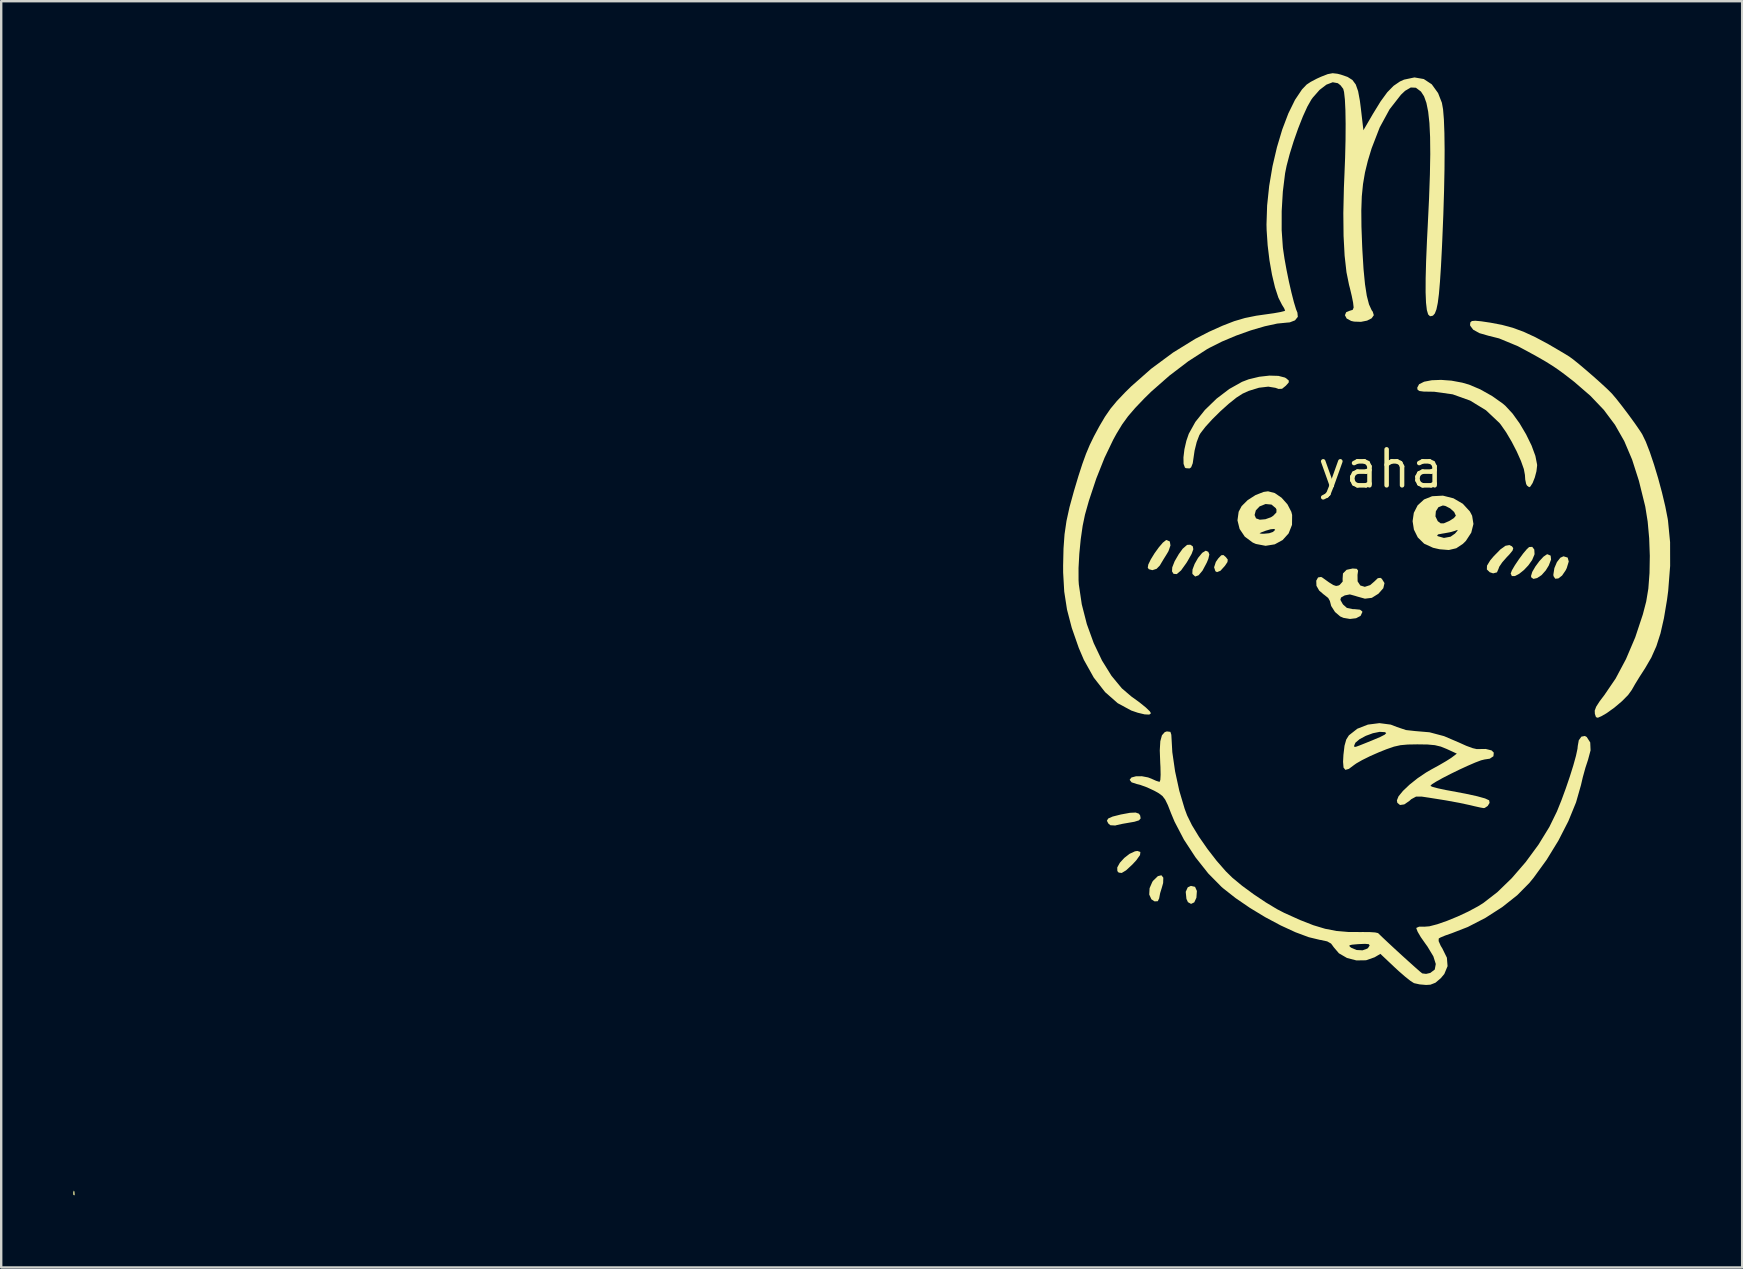
<source format=kicad_pcb>
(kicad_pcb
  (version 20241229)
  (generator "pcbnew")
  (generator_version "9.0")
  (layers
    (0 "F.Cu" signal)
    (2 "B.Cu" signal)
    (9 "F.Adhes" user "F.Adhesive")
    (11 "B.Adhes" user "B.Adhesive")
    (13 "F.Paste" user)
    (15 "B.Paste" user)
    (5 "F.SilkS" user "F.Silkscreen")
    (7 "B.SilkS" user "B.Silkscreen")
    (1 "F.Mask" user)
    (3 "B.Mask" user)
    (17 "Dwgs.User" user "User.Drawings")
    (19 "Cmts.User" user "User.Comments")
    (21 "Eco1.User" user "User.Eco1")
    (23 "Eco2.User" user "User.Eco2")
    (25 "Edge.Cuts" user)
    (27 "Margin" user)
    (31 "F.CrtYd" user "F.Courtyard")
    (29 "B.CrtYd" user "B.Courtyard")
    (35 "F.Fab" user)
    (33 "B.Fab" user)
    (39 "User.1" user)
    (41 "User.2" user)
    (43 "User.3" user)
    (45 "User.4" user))
  (footprint "yaha"
    (layer "F.Cu")
    (at 50.793 18.161)
    (property "Reference" "yaha" (at 3.678 -1.675 0) (layer "F.SilkS") (effects (font (size 1.5 1.5) (thickness 0.188))))
    (attr board_only exclude_from_pos_files exclude_from_bom)
    (fp_poly (pts (xy -50.742 28.432) (xy -50.732 28.564) (xy -50.749 28.594) (xy -50.787 28.569) (xy -50.793 28.483) (xy -50.773 28.393)) (stroke (width 0) (type solid)) (fill yes) (layer "F.SilkS"))
    (fp_poly (pts (xy -4.054 15.737) (xy -3.977 15.909) (xy -3.997 16.191) (xy -4.086 16.384) (xy -4.22 16.448) (xy -4.35 16.376) (xy -4.413 16.239) (xy -4.442 15.944) (xy -4.358 15.758) (xy -4.227 15.698)) (stroke (width 0) (type solid)) (fill yes) (layer "F.SilkS"))
    (fp_poly (pts (xy -2.777 1.993) (xy -2.691 2.101) (xy -2.703 2.205) (xy -2.808 2.362) (xy -2.996 2.57) (xy -3.139 2.625) (xy -3.206 2.588) (xy -3.26 2.424) (xy -3.188 2.201) (xy -3.088 2.057) (xy -2.962 1.924) (xy -2.872 1.913)) (stroke (width 0) (type solid)) (fill yes) (layer "F.SilkS"))
    (fp_poly (pts (xy 11.471 2.02) (xy 11.516 2.183) (xy 11.433 2.456) (xy 11.387 2.55) (xy 11.238 2.769) (xy 11.082 2.889) (xy 10.952 2.9) (xy 10.88 2.79) (xy 10.875 2.725) (xy 10.917 2.458) (xy 11.023 2.208) (xy 11.164 2.027) (xy 11.297 1.966)) (stroke (width 0) (type solid)) (fill yes) (layer "F.SilkS"))
    (fp_poly (pts (xy -6.331 14.285) (xy -6.346 14.413) (xy -6.501 14.63) (xy -6.669 14.811) (xy -6.927 15.05) (xy -7.109 15.159) (xy -7.235 15.144) (xy -7.291 15.081) (xy -7.295 14.93) (xy -7.187 14.735) (xy -7.003 14.534) (xy -6.782 14.362) (xy -6.558 14.258) (xy -6.455 14.242)) (stroke (width 0) (type solid)) (fill yes) (layer "F.SilkS"))
    (fp_poly (pts (xy -5.376 15.355) (xy -5.383 15.578) (xy -5.435 15.762) (xy -5.508 16.001) (xy -5.545 16.193) (xy -5.546 16.211) (xy -5.606 16.336) (xy -5.742 16.343) (xy -5.872 16.257) (xy -5.963 16.058) (xy -5.948 15.794) (xy -5.833 15.529) (xy -5.798 15.481) (xy -5.603 15.292) (xy -5.456 15.255)) (stroke (width 0) (type solid)) (fill yes) (layer "F.SilkS"))
    (fp_poly (pts (xy -4.146 1.554) (xy -4.126 1.673) (xy -4.196 1.866) (xy -4.363 2.161) (xy -4.414 2.244) (xy -4.638 2.556) (xy -4.816 2.708) (xy -4.949 2.697) (xy -5.013 2.596) (xy -5.004 2.427) (xy -4.904 2.173) (xy -4.731 1.875) (xy -4.569 1.651) (xy -4.386 1.491) (xy -4.251 1.483)) (stroke (width 0) (type solid)) (fill yes) (layer "F.SilkS"))
    (fp_poly (pts (xy -3.502 1.779) (xy -3.458 1.889) (xy -3.501 2.076) (xy -3.565 2.229) (xy -3.741 2.56) (xy -3.906 2.757) (xy -4.048 2.809) (xy -4.154 2.71) (xy -4.167 2.681) (xy -4.159 2.517) (xy -4.07 2.282) (xy -3.928 2.033) (xy -3.762 1.83) (xy -3.749 1.818) (xy -3.607 1.732)) (stroke (width 0) (type solid)) (fill yes) (layer "F.SilkS"))
    (fp_poly (pts (xy 10.762 1.939) (xy 10.779 2.101) (xy 10.684 2.349) (xy 10.558 2.554) (xy 10.383 2.75) (xy 10.199 2.872) (xy 10.043 2.908) (xy 9.953 2.843) (xy 9.944 2.785) (xy 9.995 2.617) (xy 10.123 2.395) (xy 10.292 2.166) (xy 10.465 1.98) (xy 10.605 1.885) (xy 10.629 1.881)) (stroke (width 0) (type solid)) (fill yes) (layer "F.SilkS"))
    (fp_poly (pts (xy -6.394 12.689) (xy -6.341 12.764) (xy -6.32 12.886) (xy -6.39 12.967) (xy -6.58 13.026) (xy -6.8 13.064) (xy -7.08 13.113) (xy -7.314 13.164) (xy -7.376 13.182) (xy -7.579 13.171) (xy -7.667 13.099) (xy -7.726 12.984) (xy -7.673 12.892) (xy -7.489 12.81) (xy -7.156 12.726) (xy -7.134 12.721) (xy -6.766 12.653) (xy -6.529 12.642)) (stroke (width 0) (type solid)) (fill yes) (layer "F.SilkS"))
    (fp_poly (pts (xy -5.105 1.349) (xy -5.078 1.513) (xy -5.16 1.751) (xy -5.225 1.862) (xy -5.373 2.1) (xy -5.495 2.304) (xy -5.519 2.347) (xy -5.656 2.488) (xy -5.831 2.544) (xy -5.979 2.504) (xy -6.024 2.441) (xy -6.002 2.309) (xy -5.898 2.095) (xy -5.743 1.843) (xy -5.565 1.596) (xy -5.396 1.398) (xy -5.266 1.295) (xy -5.239 1.288)) (stroke (width 0) (type solid)) (fill yes) (layer "F.SilkS"))
    (fp_poly (pts (xy 9.149 1.55) (xy 9.204 1.626) (xy 9.176 1.725) (xy 9.048 1.883) (xy 8.932 2.004) (xy 8.745 2.217) (xy 8.62 2.401) (xy 8.589 2.489) (xy 8.525 2.635) (xy 8.366 2.677) (xy 8.224 2.63) (xy 8.104 2.514) (xy 8.11 2.355) (xy 8.246 2.133) (xy 8.391 1.962) (xy 8.67 1.678) (xy 8.881 1.527) (xy 9.044 1.498)) (stroke (width 0) (type solid)) (fill yes) (layer "F.SilkS"))
    (fp_poly (pts (xy 10.08 1.684) (xy 10.091 1.87) (xy 10.085 1.898) (xy 9.991 2.12) (xy 9.834 2.342) (xy 9.644 2.542) (xy 9.447 2.699) (xy 9.272 2.789) (xy 9.146 2.791) (xy 9.097 2.683) (xy 9.097 2.682) (xy 9.146 2.554) (xy 9.27 2.342) (xy 9.438 2.092) (xy 9.617 1.849) (xy 9.776 1.661) (xy 9.865 1.581) (xy 9.994 1.572)) (stroke (width 0) (type solid)) (fill yes) (layer "F.SilkS"))
    (fp_poly (pts (xy -0.582 -5.551) (xy -0.31 -5.481) (xy -0.254 -5.447) (xy -0.147 -5.355) (xy -0.152 -5.274) (xy -0.273 -5.139) (xy -0.274 -5.138) (xy -0.427 -5.014) (xy -0.574 -5.007) (xy -0.703 -5.053) (xy -1.002 -5.102) (xy -1.39 -5.057) (xy -1.819 -4.925) (xy -2.071 -4.811) (xy -2.33 -4.645) (xy -2.651 -4.388) (xy -2.998 -4.076) (xy -3.334 -3.744) (xy -3.622 -3.428) (xy -3.826 -3.164) (xy -3.876 -3.08) (xy -3.985 -2.794) (xy -4.073 -2.438) (xy -4.104 -2.226) (xy -4.15 -1.91) (xy -4.217 -1.74) (xy -4.284 -1.694) (xy -4.435 -1.705) (xy -4.475 -1.728) (xy -4.532 -1.885) (xy -4.537 -2.154) (xy -4.497 -2.491) (xy -4.415 -2.847) (xy -4.315 -3.138) (xy -4.041 -3.632) (xy -3.642 -4.132) (xy -3.158 -4.601) (xy -2.63 -5.003) (xy -2.097 -5.302) (xy -1.82 -5.408) (xy -1.381 -5.514) (xy -0.954 -5.562)) (stroke (width 0) (type solid)) (fill yes) (layer "F.SilkS"))
    (fp_poly (pts (xy 6.629 -5.352) (xy 7.075 -5.269) (xy 7.361 -5.187) (xy 7.829 -4.989) (xy 8.323 -4.711) (xy 8.76 -4.402) (xy 8.873 -4.306) (xy 9.171 -3.985) (xy 9.467 -3.574) (xy 9.739 -3.114) (xy 9.967 -2.648) (xy 10.126 -2.216) (xy 10.196 -1.86) (xy 10.198 -1.814) (xy 10.17 -1.576) (xy 10.101 -1.316) (xy 10.01 -1.086) (xy 9.915 -0.939) (xy 9.867 -0.913) (xy 9.776 -0.981) (xy 9.741 -1.047) (xy 9.703 -1.23) (xy 9.69 -1.426) (xy 9.645 -1.668) (xy 9.524 -2.008) (xy 9.347 -2.404) (xy 9.134 -2.816) (xy 8.906 -3.202) (xy 8.683 -3.521) (xy 8.629 -3.588) (xy 8.066 -4.119) (xy 7.408 -4.521) (xy 6.68 -4.782) (xy 5.909 -4.89) (xy 5.78 -4.892) (xy 5.472 -4.897) (xy 5.298 -4.92) (xy 5.22 -4.969) (xy 5.202 -5.055) (xy 5.28 -5.203) (xy 5.491 -5.308) (xy 5.807 -5.369) (xy 6.196 -5.384)) (stroke (width 0) (type solid)) (fill yes) (layer "F.SilkS"))
    (fp_poly (pts (xy -0.733 -0.669) (xy -0.45 -0.475) (xy -0.205 -0.201) (xy -0.043 0.111) (xy -0.009 0.243) (xy -0.014 0.657) (xy -0.155 1.012) (xy -0.405 1.289) (xy -0.734 1.468) (xy -1.115 1.529) (xy -1.518 1.452) (xy -1.65 1.394) (xy -1.981 1.148) (xy -2.072 1.013) (xy -1.366 1.013) (xy -1.279 1.025) (xy -1.19 1.027) (xy -0.964 1.005) (xy -0.811 0.953) (xy -0.715 0.866) (xy -0.755 0.826) (xy -0.905 0.84) (xy -1.113 0.901) (xy -1.314 0.977) (xy -1.366 1.013) (xy -2.072 1.013) (xy -2.197 0.827) (xy -2.286 0.469) (xy -2.256 0.246) (xy -1.573 0.246) (xy -1.514 0.385) (xy -1.356 0.442) (xy -1.124 0.422) (xy -0.89 0.339) (xy -0.797 0.278) (xy -0.664 0.139) (xy -0.661 0.016) (xy -0.691 -0.04) (xy -0.869 -0.189) (xy -1.116 -0.212) (xy -1.364 -0.113) (xy -1.522 0.054) (xy -1.573 0.246) (xy -2.256 0.246) (xy -2.237 0.11) (xy -2.112 -0.126) (xy -1.86 -0.376) (xy -1.533 -0.585) (xy -1.197 -0.716) (xy -1.013 -0.742)) (stroke (width 0) (type solid)) (fill yes) (layer "F.SilkS"))
    (fp_poly (pts (xy 6.713 -0.45) (xy 7.102 -0.223) (xy 7.396 0.097) (xy 7.49 0.276) (xy 7.545 0.619) (xy 7.454 0.981) (xy 7.23 1.325) (xy 7.103 1.45) (xy 6.829 1.631) (xy 6.52 1.704) (xy 6.134 1.673) (xy 5.863 1.611) (xy 5.492 1.441) (xy 5.226 1.179) (xy 5.188 1.103) (xy 6.032 1.103) (xy 6.06 1.128) (xy 6.316 1.201) (xy 6.591 1.15) (xy 6.777 1.02) (xy 6.884 0.893) (xy 6.877 0.866) (xy 6.769 0.907) (xy 6.572 0.963) (xy 6.311 1.011) (xy 6.272 1.016) (xy 6.071 1.054) (xy 6.032 1.103) (xy 5.188 1.103) (xy 5.065 0.855) (xy 5.01 0.503) (xy 5.039 0.303) (xy 5.962 0.303) (xy 6.056 0.499) (xy 6.066 0.509) (xy 6.18 0.593) (xy 6.31 0.593) (xy 6.515 0.505) (xy 6.561 0.482) (xy 6.732 0.371) (xy 6.811 0.276) (xy 6.811 0.27) (xy 6.741 0.12) (xy 6.573 -0.031) (xy 6.372 -0.133) (xy 6.27 -0.151) (xy 6.088 -0.081) (xy 5.979 0.09) (xy 5.962 0.303) (xy 5.039 0.303) (xy 5.061 0.155) (xy 5.22 -0.157) (xy 5.486 -0.401) (xy 5.824 -0.537) (xy 6.273 -0.561)) (stroke (width 0) (type solid)) (fill yes) (layer "F.SilkS"))
    (fp_poly (pts (xy 2.686 2.488) (xy 2.739 2.564) (xy 2.715 2.74) (xy 2.719 3.011) (xy 2.832 3.182) (xy 3.019 3.238) (xy 3.243 3.166) (xy 3.414 3.018) (xy 3.561 2.878) (xy 3.669 2.864) (xy 3.726 2.901) (xy 3.839 3.082) (xy 3.79 3.295) (xy 3.587 3.525) (xy 3.311 3.697) (xy 3.024 3.732) (xy 2.678 3.635) (xy 2.656 3.626) (xy 2.397 3.554) (xy 2.185 3.595) (xy 2.18 3.597) (xy 2.027 3.684) (xy 2.001 3.781) (xy 2.093 3.945) (xy 2.117 3.979) (xy 2.272 4.116) (xy 2.512 4.166) (xy 2.583 4.167) (xy 2.818 4.19) (xy 2.913 4.263) (xy 2.916 4.291) (xy 2.843 4.448) (xy 2.656 4.546) (xy 2.402 4.577) (xy 2.13 4.531) (xy 1.994 4.472) (xy 1.778 4.287) (xy 1.618 4.036) (xy 1.564 3.828) (xy 1.494 3.703) (xy 1.328 3.57) (xy 1.31 3.559) (xy 1.118 3.394) (xy 1.005 3.196) (xy 1.004 3.193) (xy 0.996 2.982) (xy 1.071 2.847) (xy 1.199 2.826) (xy 1.256 2.857) (xy 1.529 3.053) (xy 1.706 3.163) (xy 1.822 3.202) (xy 1.916 3.185) (xy 1.972 3.158) (xy 2.097 3.019) (xy 2.094 2.898) (xy 2.109 2.68) (xy 2.26 2.529) (xy 2.514 2.474)) (stroke (width 0) (type solid)) (fill yes) (layer "F.SilkS"))
    (fp_poly (pts (xy 7.866 -7.825) (xy 8.249 -7.768) (xy 8.25 -7.768) (xy 8.729 -7.677) (xy 9.179 -7.556) (xy 9.63 -7.391) (xy 10.114 -7.168) (xy 10.662 -6.875) (xy 11.305 -6.498) (xy 11.538 -6.355) (xy 11.696 -6.24) (xy 11.944 -6.04) (xy 12.246 -5.785) (xy 12.569 -5.505) (xy 12.876 -5.23) (xy 13.135 -4.99) (xy 13.31 -4.816) (xy 13.315 -4.811) (xy 13.506 -4.585) (xy 13.754 -4.269) (xy 14.025 -3.91) (xy 14.281 -3.557) (xy 14.488 -3.256) (xy 14.578 -3.114) (xy 14.724 -2.813) (xy 14.891 -2.383) (xy 15.067 -1.86) (xy 15.241 -1.283) (xy 15.401 -0.688) (xy 15.538 -0.113) (xy 15.639 0.405) (xy 15.651 0.484) (xy 15.738 1.378) (xy 15.74 2.369) (xy 15.659 3.406) (xy 15.61 3.778) (xy 15.482 4.543) (xy 15.339 5.174) (xy 15.167 5.709) (xy 14.956 6.184) (xy 14.693 6.636) (xy 14.664 6.68) (xy 14.463 6.992) (xy 14.282 7.287) (xy 14.156 7.508) (xy 14.143 7.532) (xy 13.987 7.747) (xy 13.729 8.007) (xy 13.414 8.273) (xy 13.09 8.505) (xy 12.895 8.618) (xy 12.728 8.693) (xy 12.65 8.667) (xy 12.604 8.53) (xy 12.598 8.394) (xy 12.659 8.231) (xy 12.804 8.006) (xy 13 7.747) (xy 13.467 7.062) (xy 13.901 6.247) (xy 14.286 5.343) (xy 14.603 4.387) (xy 14.743 3.849) (xy 14.832 3.314) (xy 14.881 2.664) (xy 14.893 1.949) (xy 14.867 1.217) (xy 14.804 0.52) (xy 14.706 -0.094) (xy 14.693 -0.151) (xy 14.439 -1.178) (xy 14.156 -2.062) (xy 13.829 -2.832) (xy 13.441 -3.514) (xy 12.976 -4.135) (xy 12.416 -4.722) (xy 11.745 -5.302) (xy 11.341 -5.615) (xy 11.081 -5.806) (xy 10.831 -5.975) (xy 10.559 -6.145) (xy 10.23 -6.335) (xy 9.81 -6.566) (xy 9.393 -6.789) (xy 8.613 -7.112) (xy 8.166 -7.224) (xy 7.795 -7.331) (xy 7.535 -7.475) (xy 7.411 -7.639) (xy 7.404 -7.688) (xy 7.418 -7.783) (xy 7.48 -7.835) (xy 7.619 -7.848)) (stroke (width 0) (type solid)) (fill yes) (layer "F.SilkS"))
    (fp_poly (pts (xy 4.098 8.978) (xy 4.356 9.078) (xy 4.733 9.205) (xy 5.113 9.247) (xy 5.715 9.298) (xy 6.321 9.459) (xy 6.939 9.723) (xy 7.245 9.861) (xy 7.51 9.959) (xy 7.684 9.999) (xy 7.701 9.998) (xy 8.058 9.993) (xy 8.299 10.053) (xy 8.392 10.145) (xy 8.378 10.296) (xy 8.226 10.398) (xy 8.007 10.431) (xy 7.863 10.466) (xy 7.618 10.559) (xy 7.304 10.695) (xy 6.952 10.857) (xy 6.596 11.031) (xy 6.265 11.201) (xy 5.993 11.352) (xy 5.811 11.467) (xy 5.752 11.531) (xy 5.752 11.532) (xy 5.849 11.576) (xy 6.074 11.635) (xy 6.387 11.702) (xy 6.578 11.737) (xy 7.212 11.856) (xy 7.698 11.962) (xy 8.028 12.054) (xy 8.196 12.131) (xy 8.2 12.135) (xy 8.217 12.24) (xy 8.139 12.368) (xy 8.015 12.45) (xy 7.965 12.456) (xy 7.834 12.433) (xy 7.599 12.381) (xy 7.404 12.334) (xy 6.962 12.239) (xy 6.383 12.133) (xy 5.694 12.023) (xy 5.387 11.977) (xy 5.152 11.979) (xy 4.953 12.087) (xy 4.871 12.161) (xy 4.663 12.303) (xy 4.485 12.328) (xy 4.374 12.236) (xy 4.356 12.135) (xy 4.424 11.966) (xy 4.61 11.739) (xy 4.883 11.48) (xy 5.215 11.215) (xy 5.575 10.972) (xy 5.789 10.848) (xy 6.114 10.67) (xy 6.404 10.501) (xy 6.609 10.371) (xy 6.643 10.347) (xy 6.853 10.188) (xy 6.43 9.993) (xy 6.185 9.894) (xy 5.937 9.835) (xy 5.63 9.807) (xy 5.211 9.801) (xy 5.202 9.801) (xy 4.809 9.808) (xy 4.508 9.835) (xy 4.234 9.896) (xy 3.922 10.004) (xy 3.607 10.13) (xy 3.241 10.291) (xy 2.91 10.455) (xy 2.662 10.597) (xy 2.579 10.656) (xy 2.355 10.823) (xy 2.21 10.864) (xy 2.133 10.769) (xy 2.113 10.528) (xy 2.128 10.242) (xy 2.17 9.889) (xy 2.577 9.889) (xy 2.594 9.91) (xy 2.657 9.899) (xy 2.796 9.849) (xy 3.041 9.751) (xy 3.327 9.635) (xy 3.66 9.494) (xy 3.849 9.397) (xy 3.911 9.334) (xy 3.861 9.293) (xy 3.86 9.293) (xy 3.638 9.28) (xy 3.357 9.337) (xy 3.063 9.445) (xy 2.805 9.583) (xy 2.628 9.732) (xy 2.578 9.846) (xy 2.577 9.889) (xy 2.17 9.889) (xy 2.173 9.86) (xy 2.245 9.602) (xy 2.356 9.426) (xy 2.707 9.15) (xy 3.148 8.978) (xy 3.629 8.917)) (stroke (width 0) (type solid)) (fill yes) (layer "F.SilkS"))
    (fp_poly (pts (xy -5.08 9.281) (xy -5.042 9.402) (xy -5.001 10.127) (xy -4.885 10.928) (xy -4.709 11.737) (xy -4.487 12.485) (xy -4.384 12.761) (xy -4.182 13.171) (xy -3.889 13.653) (xy -3.534 14.163) (xy -3.151 14.657) (xy -2.77 15.092) (xy -2.501 15.356) (xy -2.095 15.692) (xy -1.613 16.046) (xy -1.11 16.383) (xy -0.638 16.667) (xy -0.343 16.82) (xy 0.317 17.118) (xy 0.873 17.336) (xy 1.367 17.485) (xy 1.84 17.576) (xy 2.331 17.618) (xy 2.882 17.621) (xy 2.898 17.62) (xy 3.207 17.621) (xy 3.447 17.637) (xy 3.571 17.664) (xy 3.575 17.668) (xy 3.739 17.827) (xy 3.977 18.051) (xy 4.262 18.316) (xy 4.566 18.595) (xy 4.861 18.862) (xy 5.119 19.093) (xy 5.311 19.262) (xy 5.41 19.342) (xy 5.413 19.344) (xy 5.572 19.364) (xy 5.746 19.325) (xy 5.933 19.183) (xy 5.976 18.952) (xy 5.875 18.633) (xy 5.63 18.226) (xy 5.54 18.101) (xy 5.351 17.832) (xy 5.22 17.608) (xy 5.166 17.468) (xy 5.169 17.446) (xy 5.282 17.397) (xy 5.48 17.398) (xy 5.488 17.399) (xy 5.708 17.382) (xy 6.039 17.296) (xy 6.444 17.155) (xy 6.885 16.974) (xy 7.327 16.768) (xy 7.732 16.551) (xy 7.954 16.413) (xy 8.542 15.958) (xy 9.141 15.377) (xy 9.722 14.705) (xy 10.254 13.981) (xy 10.708 13.242) (xy 11.022 12.6) (xy 11.209 12.136) (xy 11.392 11.638) (xy 11.562 11.139) (xy 11.707 10.675) (xy 11.817 10.278) (xy 11.88 9.984) (xy 11.891 9.871) (xy 11.934 9.629) (xy 12.043 9.479) (xy 12.188 9.452) (xy 12.264 9.494) (xy 12.411 9.722) (xy 12.425 10.05) (xy 12.318 10.449) (xy 12.21 10.777) (xy 12.1 11.176) (xy 12.025 11.498) (xy 11.82 12.217) (xy 11.5 13) (xy 11.085 13.81) (xy 10.596 14.608) (xy 10.052 15.358) (xy 9.873 15.577) (xy 9.371 16.085) (xy 8.746 16.58) (xy 8.044 17.031) (xy 7.31 17.41) (xy 6.642 17.67) (xy 6.375 17.763) (xy 6.173 17.847) (xy 6.099 17.89) (xy 6.095 17.999) (xy 6.183 18.197) (xy 6.247 18.301) (xy 6.439 18.69) (xy 6.467 19.042) (xy 6.332 19.367) (xy 6.185 19.543) (xy 5.961 19.733) (xy 5.752 19.814) (xy 5.571 19.825) (xy 5.304 19.802) (xy 5.082 19.753) (xy 5.062 19.746) (xy 4.922 19.657) (xy 4.699 19.48) (xy 4.429 19.245) (xy 4.273 19.101) (xy 3.668 18.53) (xy 3.427 18.672) (xy 3.07 18.797) (xy 2.669 18.803) (xy 2.276 18.701) (xy 1.94 18.506) (xy 1.726 18.255) (xy 1.668 18.175) (xy 2.377 18.175) (xy 2.388 18.224) (xy 2.449 18.273) (xy 2.675 18.369) (xy 2.926 18.382) (xy 3.125 18.31) (xy 3.159 18.277) (xy 3.221 18.179) (xy 3.185 18.126) (xy 3.027 18.112) (xy 2.737 18.125) (xy 2.485 18.147) (xy 2.377 18.175) (xy 1.668 18.175) (xy 1.613 18.101) (xy 1.452 18.01) (xy 1.186 17.952) (xy 1.144 17.946) (xy 0.683 17.835) (xy 0.128 17.628) (xy -0.487 17.344) (xy -1.13 17.001) (xy -1.767 16.615) (xy -2.365 16.206) (xy -2.892 15.791) (xy -2.952 15.738) (xy -3.503 15.18) (xy -4.036 14.506) (xy -4.517 13.77) (xy -4.907 13.023) (xy -5.052 12.676) (xy -5.187 12.331) (xy -5.297 12.105) (xy -5.41 11.955) (xy -5.56 11.841) (xy -5.755 11.732) (xy -6.053 11.593) (xy -6.345 11.487) (xy -6.482 11.454) (xy -6.698 11.383) (xy -6.778 11.279) (xy -6.778 11.278) (xy -6.704 11.182) (xy -6.518 11.132) (xy -6.27 11.129) (xy -6.012 11.178) (xy -5.874 11.231) (xy -5.674 11.321) (xy -5.539 11.363) (xy -5.531 11.364) (xy -5.5 11.284) (xy -5.488 11.067) (xy -5.495 10.74) (xy -5.504 10.581) (xy -5.523 10.051) (xy -5.501 9.671) (xy -5.433 9.423) (xy -5.315 9.291) (xy -5.227 9.262)) (stroke (width 0) (type solid)) (fill yes) (layer "F.SilkS"))
    (fp_poly (pts (xy 1.881 -18.138) (xy 2.022 -18.102) (xy 2.301 -18.006) (xy 2.502 -17.879) (xy 2.642 -17.691) (xy 2.74 -17.412) (xy 2.814 -17.012) (xy 2.853 -16.706) (xy 2.961 -15.785) (xy 3.361 -16.472) (xy 3.677 -16.986) (xy 3.954 -17.366) (xy 4.216 -17.634) (xy 4.482 -17.816) (xy 4.652 -17.893) (xy 5.088 -17.985) (xy 5.476 -17.918) (xy 5.808 -17.699) (xy 6.072 -17.333) (xy 6.231 -16.927) (xy 6.279 -16.658) (xy 6.314 -16.234) (xy 6.335 -15.668) (xy 6.344 -14.974) (xy 6.339 -14.166) (xy 6.321 -13.257) (xy 6.29 -12.261) (xy 6.246 -11.191) (xy 6.233 -10.904) (xy 6.192 -10.108) (xy 6.15 -9.466) (xy 6.107 -8.964) (xy 6.059 -8.588) (xy 6.003 -8.321) (xy 5.937 -8.151) (xy 5.859 -8.061) (xy 5.765 -8.037) (xy 5.73 -8.041) (xy 5.658 -8.111) (xy 5.604 -8.294) (xy 5.569 -8.599) (xy 5.552 -9.035) (xy 5.554 -9.609) (xy 5.573 -10.33) (xy 5.61 -11.206) (xy 5.64 -11.793) (xy 5.696 -12.945) (xy 5.731 -13.941) (xy 5.746 -14.789) (xy 5.739 -15.501) (xy 5.711 -16.087) (xy 5.659 -16.559) (xy 5.585 -16.925) (xy 5.487 -17.198) (xy 5.365 -17.387) (xy 5.354 -17.4) (xy 5.147 -17.556) (xy 4.936 -17.566) (xy 4.698 -17.428) (xy 4.523 -17.262) (xy 4.051 -16.657) (xy 3.64 -15.903) (xy 3.302 -15.029) (xy 3.145 -14.51) (xy 3.026 -14.025) (xy 2.944 -13.541) (xy 2.893 -13.025) (xy 2.873 -12.445) (xy 2.879 -11.769) (xy 2.909 -10.964) (xy 2.918 -10.777) (xy 2.966 -9.996) (xy 3.027 -9.37) (xy 3.102 -8.886) (xy 3.194 -8.529) (xy 3.305 -8.286) (xy 3.35 -8.225) (xy 3.394 -8.079) (xy 3.304 -7.95) (xy 3.114 -7.853) (xy 2.859 -7.802) (xy 2.574 -7.812) (xy 2.451 -7.839) (xy 2.263 -7.941) (xy 2.191 -8.078) (xy 2.242 -8.203) (xy 2.39 -8.264) (xy 2.514 -8.301) (xy 2.554 -8.399) (xy 2.531 -8.603) (xy 2.476 -8.878) (xy 2.398 -9.207) (xy 2.363 -9.337) (xy 2.255 -9.871) (xy 2.178 -10.558) (xy 2.134 -11.383) (xy 2.124 -12.333) (xy 2.148 -13.395) (xy 2.166 -13.825) (xy 2.198 -14.634) (xy 2.216 -15.382) (xy 2.22 -16.049) (xy 2.211 -16.616) (xy 2.189 -17.066) (xy 2.154 -17.379) (xy 2.12 -17.509) (xy 2.008 -17.656) (xy 1.895 -17.745) (xy 1.683 -17.784) (xy 1.421 -17.685) (xy 1.135 -17.466) (xy 0.848 -17.14) (xy 0.79 -17.059) (xy 0.625 -16.769) (xy 0.437 -16.355) (xy 0.242 -15.86) (xy 0.054 -15.325) (xy -0.111 -14.793) (xy -0.239 -14.305) (xy -0.302 -13.994) (xy -0.396 -13.231) (xy -0.444 -12.417) (xy -0.445 -11.621) (xy -0.396 -10.912) (xy -0.389 -10.852) (xy -0.327 -10.435) (xy -0.242 -9.965) (xy -0.143 -9.48) (xy -0.037 -9.019) (xy 0.065 -8.62) (xy 0.156 -8.321) (xy 0.211 -8.187) (xy 0.228 -8.011) (xy 0.11 -7.864) (xy -0.107 -7.78) (xy -0.217 -7.771) (xy -0.631 -7.73) (xy -1.15 -7.617) (xy -1.733 -7.446) (xy -2.341 -7.229) (xy -2.931 -6.981) (xy -3.463 -6.714) (xy -3.564 -6.657) (xy -4.336 -6.159) (xy -5.126 -5.557) (xy -5.878 -4.896) (xy -6.162 -4.618) (xy -6.549 -4.213) (xy -6.846 -3.867) (xy -7.091 -3.529) (xy -7.323 -3.147) (xy -7.464 -2.89) (xy -7.824 -2.14) (xy -8.169 -1.273) (xy -8.478 -0.342) (xy -8.639 0.23) (xy -8.736 0.695) (xy -8.817 1.26) (xy -8.876 1.866) (xy -8.908 2.452) (xy -8.907 2.96) (xy -8.896 3.138) (xy -8.773 3.968) (xy -8.562 4.792) (xy -8.276 5.582) (xy -7.93 6.309) (xy -7.534 6.947) (xy -7.103 7.468) (xy -6.711 7.804) (xy -6.372 8.049) (xy -6.107 8.263) (xy -5.938 8.426) (xy -5.89 8.506) (xy -5.961 8.561) (xy -6.154 8.552) (xy -6.44 8.484) (xy -6.71 8.392) (xy -7.276 8.086) (xy -7.801 7.625) (xy -8.273 7.02) (xy -8.685 6.283) (xy -8.899 5.782) (xy -9.19 4.947) (xy -9.388 4.186) (xy -9.504 3.437) (xy -9.549 2.642) (xy -9.55 2.347) (xy -9.534 1.645) (xy -9.491 1.048) (xy -9.41 0.494) (xy -9.284 -0.082) (xy -9.103 -0.74) (xy -9.102 -0.744) (xy -8.913 -1.376) (xy -8.749 -1.882) (xy -8.597 -2.302) (xy -8.441 -2.673) (xy -8.265 -3.035) (xy -8.055 -3.425) (xy -8.035 -3.462) (xy -7.805 -3.851) (xy -7.576 -4.183) (xy -7.309 -4.505) (xy -6.97 -4.861) (xy -6.713 -5.114) (xy -5.881 -5.848) (xy -4.973 -6.52) (xy -4.043 -7.094) (xy -3.476 -7.386) (xy -2.904 -7.643) (xy -2.422 -7.83) (xy -1.974 -7.962) (xy -1.505 -8.057) (xy -1.112 -8.113) (xy -0.766 -8.162) (xy -0.493 -8.211) (xy -0.331 -8.252) (xy -0.301 -8.271) (xy -0.345 -8.374) (xy -0.431 -8.512) (xy -0.581 -8.807) (xy -0.722 -9.237) (xy -0.848 -9.767) (xy -0.953 -10.364) (xy -1.029 -10.992) (xy -1.071 -11.618) (xy -1.077 -11.859) (xy -1.051 -12.649) (xy -0.965 -13.465) (xy -0.827 -14.283) (xy -0.642 -15.075) (xy -0.42 -15.818) (xy -0.167 -16.484) (xy 0.11 -17.049) (xy 0.403 -17.486) (xy 0.597 -17.689) (xy 0.765 -17.8) (xy 1.021 -17.935) (xy 1.203 -18.017) (xy 1.478 -18.124) (xy 1.679 -18.161)) (stroke (width 0) (type solid)) (fill yes) (layer "F.SilkS")))
  (gr_rect
    (start -3 -3)
    (end 69.534 49.756)
    (stroke (width 0.1) (type default))
    (fill no)
    (layer "Edge.Cuts")))
</source>
